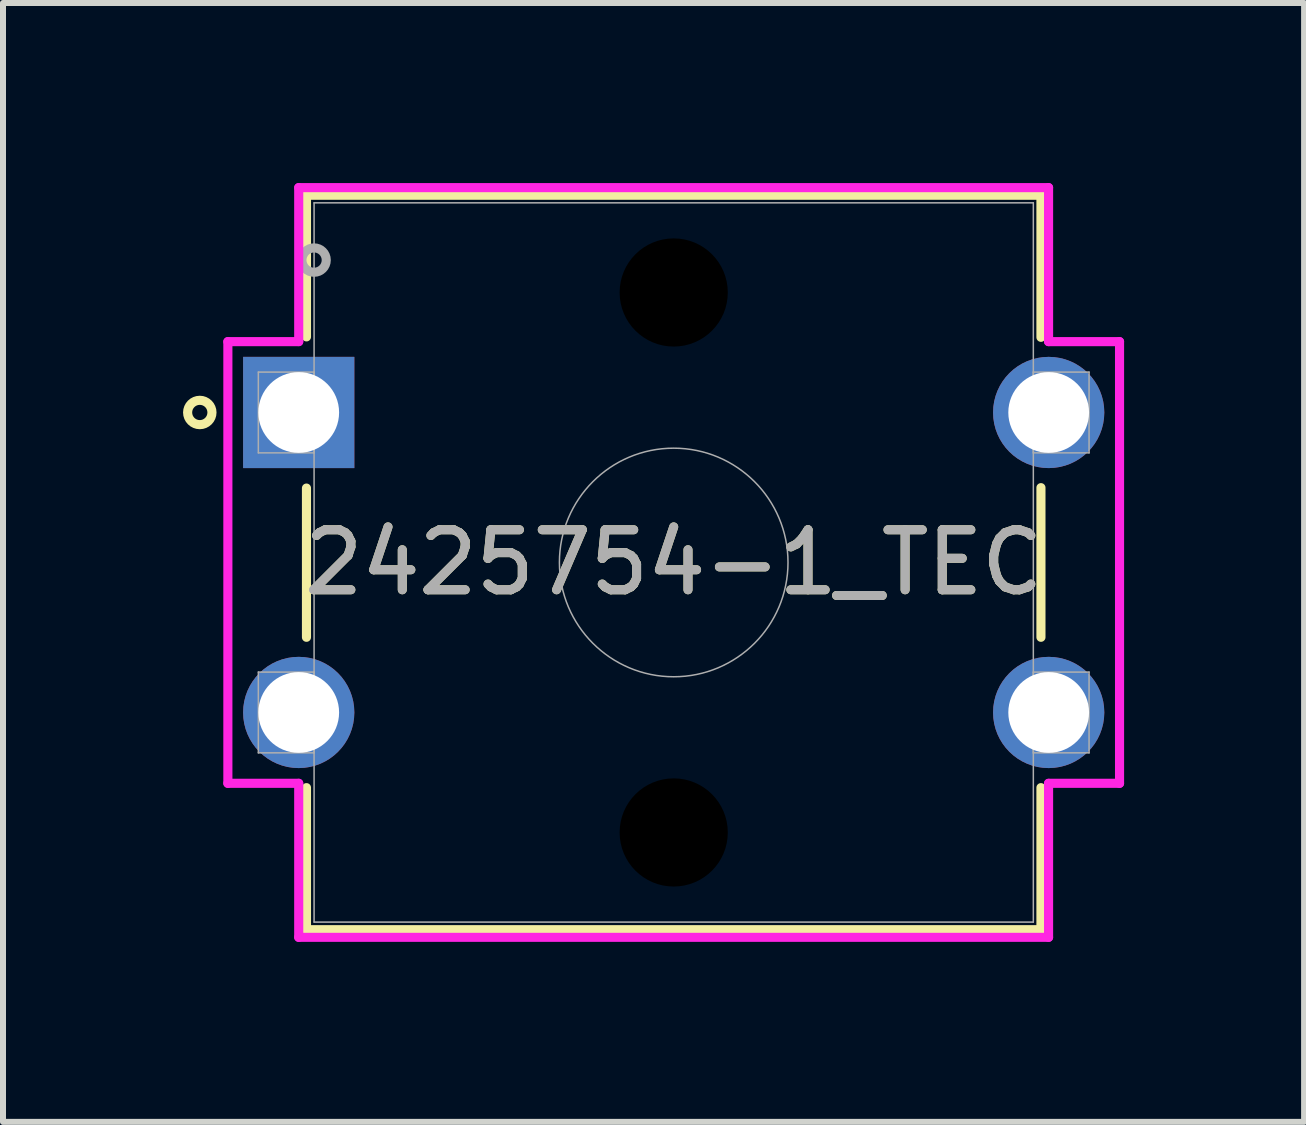
<source format=kicad_pcb>
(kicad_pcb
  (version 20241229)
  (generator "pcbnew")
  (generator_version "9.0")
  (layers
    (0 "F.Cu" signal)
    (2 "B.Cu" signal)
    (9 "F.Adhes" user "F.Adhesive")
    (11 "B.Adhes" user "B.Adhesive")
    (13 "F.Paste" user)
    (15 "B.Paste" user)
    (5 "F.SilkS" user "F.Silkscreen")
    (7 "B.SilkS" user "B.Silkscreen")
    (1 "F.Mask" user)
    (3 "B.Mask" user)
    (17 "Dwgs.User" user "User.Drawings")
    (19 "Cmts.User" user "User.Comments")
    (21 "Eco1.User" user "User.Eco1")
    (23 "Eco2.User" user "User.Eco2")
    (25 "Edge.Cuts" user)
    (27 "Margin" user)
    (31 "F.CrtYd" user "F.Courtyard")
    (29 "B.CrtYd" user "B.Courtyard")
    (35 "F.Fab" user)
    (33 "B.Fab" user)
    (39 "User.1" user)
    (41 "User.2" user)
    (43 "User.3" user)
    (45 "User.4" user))
  (footprint "2425754-1_TEC"
    (layer "F.Cu")
    (at 1.929 3.825)
    (property "Reference" "2425754-1_TEC" (at 6.25 2.5 0) (unlocked yes) (layer "F.SilkS") (effects (font (size 1 1) (thickness 0.15))))
    (attr through_hole)
    (fp_line (start 0.129 -3.621) (end 0.129 -1.26) (stroke (width 0.152) (type solid)) (layer "F.SilkS"))
    (fp_line (start 0.129 1.26) (end 0.129 3.747) (stroke (width 0.152) (type solid)) (layer "F.SilkS"))
    (fp_line (start 0.129 6.253) (end 0.129 8.621) (stroke (width 0.152) (type solid)) (layer "F.SilkS"))
    (fp_line (start 0.129 8.621) (end 12.371 8.621) (stroke (width 0.152) (type solid)) (layer "F.SilkS"))
    (fp_line (start 12.371 -3.621) (end 0.129 -3.621) (stroke (width 0.152) (type solid)) (layer "F.SilkS"))
    (fp_line (start 12.371 -1.253) (end 12.371 -3.621) (stroke (width 0.152) (type solid)) (layer "F.SilkS"))
    (fp_line (start 12.371 3.747) (end 12.371 1.253) (stroke (width 0.152) (type solid)) (layer "F.SilkS"))
    (fp_line (start 12.371 8.621) (end 12.371 6.253) (stroke (width 0.152) (type solid)) (layer "F.SilkS"))
    (fp_circle (center -1.649 0) (end -1.446 0) (stroke (width 0.152) (type solid)) (fill no) (layer "F.SilkS"))
    (fp_line (start -1.181 -1.181) (end 0 -1.181) (stroke (width 0.152) (type solid)) (layer "F.CrtYd"))
    (fp_line (start -1.181 6.181) (end -1.181 -1.181) (stroke (width 0.152) (type solid)) (layer "F.CrtYd"))
    (fp_line (start -1.181 6.181) (end 0 6.181) (stroke (width 0.152) (type solid)) (layer "F.CrtYd"))
    (fp_line (start 0 -3.748) (end 12.498 -3.748) (stroke (width 0.152) (type solid)) (layer "F.CrtYd"))
    (fp_line (start 0 -1.181) (end 0 -3.748) (stroke (width 0.152) (type solid)) (layer "F.CrtYd"))
    (fp_line (start 0 8.748) (end 0 6.181) (stroke (width 0.152) (type solid)) (layer "F.CrtYd"))
    (fp_line (start 12.498 -3.748) (end 12.498 -1.181) (stroke (width 0.152) (type solid)) (layer "F.CrtYd"))
    (fp_line (start 12.498 6.181) (end 12.498 8.748) (stroke (width 0.152) (type solid)) (layer "F.CrtYd"))
    (fp_line (start 12.498 8.748) (end 0 8.748) (stroke (width 0.152) (type solid)) (layer "F.CrtYd"))
    (fp_line (start 13.681 -1.181) (end 12.498 -1.181) (stroke (width 0.152) (type solid)) (layer "F.CrtYd"))
    (fp_line (start 13.681 -1.181) (end 13.681 6.181) (stroke (width 0.152) (type solid)) (layer "F.CrtYd"))
    (fp_line (start 13.681 6.181) (end 12.498 6.181) (stroke (width 0.152) (type solid)) (layer "F.CrtYd"))
    (fp_line (start -0.673 -0.673) (end -0.673 0.673) (stroke (width 0.025) (type solid)) (layer "F.Fab"))
    (fp_line (start -0.673 0.673) (end 0.256 0.673) (stroke (width 0.025) (type solid)) (layer "F.Fab"))
    (fp_line (start -0.673 4.327) (end -0.673 5.673) (stroke (width 0.025) (type solid)) (layer "F.Fab"))
    (fp_line (start -0.673 5.673) (end 0.256 5.673) (stroke (width 0.025) (type solid)) (layer "F.Fab"))
    (fp_line (start 0.256 -3.494) (end 0.256 8.494) (stroke (width 0.025) (type solid)) (layer "F.Fab"))
    (fp_line (start 0.256 -0.673) (end -0.673 -0.673) (stroke (width 0.025) (type solid)) (layer "F.Fab"))
    (fp_line (start 0.256 0.673) (end 0.256 -0.673) (stroke (width 0.025) (type solid)) (layer "F.Fab"))
    (fp_line (start 0.256 4.327) (end -0.673 4.327) (stroke (width 0.025) (type solid)) (layer "F.Fab"))
    (fp_line (start 0.256 5.673) (end 0.256 4.327) (stroke (width 0.025) (type solid)) (layer "F.Fab"))
    (fp_line (start 0.256 8.494) (end 12.244 8.494) (stroke (width 0.025) (type solid)) (layer "F.Fab"))
    (fp_line (start 12.244 -3.494) (end 0.256 -3.494) (stroke (width 0.025) (type solid)) (layer "F.Fab"))
    (fp_line (start 12.244 -0.673) (end 12.244 0.673) (stroke (width 0.025) (type solid)) (layer "F.Fab"))
    (fp_line (start 12.244 0.673) (end 13.173 0.673) (stroke (width 0.025) (type solid)) (layer "F.Fab"))
    (fp_line (start 12.244 4.327) (end 12.244 5.673) (stroke (width 0.025) (type solid)) (layer "F.Fab"))
    (fp_line (start 12.244 5.673) (end 13.173 5.673) (stroke (width 0.025) (type solid)) (layer "F.Fab"))
    (fp_line (start 12.244 8.494) (end 12.244 -3.494) (stroke (width 0.025) (type solid)) (layer "F.Fab"))
    (fp_line (start 13.173 -0.673) (end 12.244 -0.673) (stroke (width 0.025) (type solid)) (layer "F.Fab"))
    (fp_line (start 13.173 0.673) (end 13.173 -0.673) (stroke (width 0.025) (type solid)) (layer "F.Fab"))
    (fp_line (start 13.173 4.327) (end 12.244 4.327) (stroke (width 0.025) (type solid)) (layer "F.Fab"))
    (fp_line (start 13.173 5.673) (end 13.173 4.327) (stroke (width 0.025) (type solid)) (layer "F.Fab"))
    (fp_circle (center 0.256 -2.54) (end 0.459 -2.54) (stroke (width 0.152) (type solid)) (fill no) (layer "F.Fab"))
    (fp_circle (center 6.25 2.5) (end 8.155 2.5) (stroke (width 0.025) (type solid)) (fill no) (layer "F.Fab"))
    (fp_text user "${REFERENCE}" (at 6.25 2.5 0) (unlocked yes) (layer "F.Fab") (effects (font (size 1 1) (thickness 0.15))))
    (pad "" np_thru_hole circle (at 6.25 -2) (size 1.803 1.803) (drill 1.803) (layers))
    (pad "" np_thru_hole circle (at 6.25 7) (size 1.803 1.803) (drill 1.803) (layers))
    (pad "1" thru_hole rect (at 0 0) (size 1.854 1.854) (drill 1.346) (layers "*.Cu" "*.Mask"))
    (pad "2" thru_hole circle (at 0 5) (size 1.854 1.854) (drill 1.346) (layers "*.Cu" "*.Mask"))
    (pad "3" thru_hole circle (at 12.5 5) (size 1.854 1.854) (drill 1.346) (layers "*.Cu" "*.Mask"))
    (pad "4" thru_hole circle (at 12.5 0) (size 1.854 1.854) (drill 1.346) (layers "*.Cu" "*.Mask")))
  (gr_rect
    (start -3 -3)
    (end 18.686 15.649)
    (stroke (width 0.1) (type default))
    (fill no)
    (layer "Edge.Cuts")))
</source>
